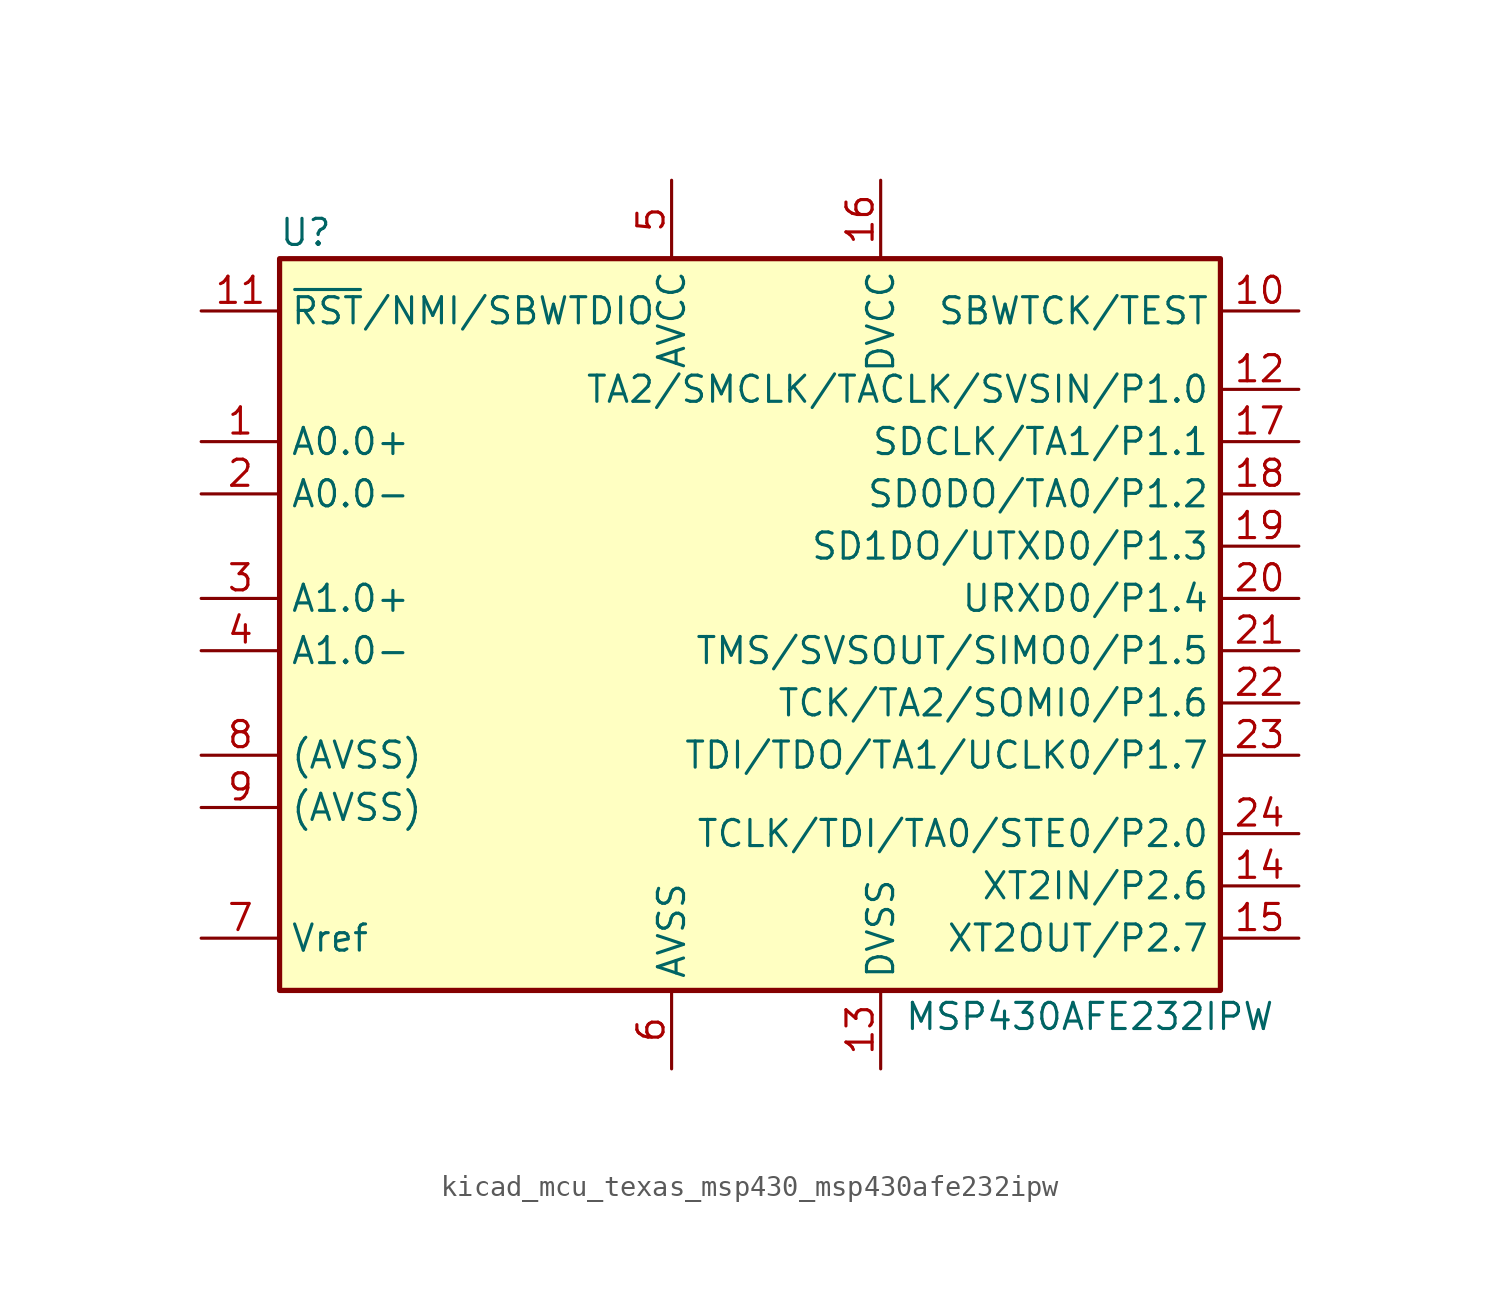
<source format=kicad_sym>
(kicad_symbol_lib
  (version 20220914)
  (generator kicad_symbol_editor)
  (symbol "kicad_mcu_texas_msp430_msp430afe232ipw"
    (property "Reference" "U"
      (at -22.86 19.05 0)
      (effects (font (size 1.27 1.27))))
    (property "Value" "MSP430AFE232IPW"
      (at 15.24 -19.05 0)
      (effects (font (size 1.27 1.27))))
    (symbol "kicad_mcu_texas_msp430_msp430afe232ipw_0_1"
      (rectangle (start -24.13 17.78) (end 21.59 -17.78) (stroke (width 0.254) (type default)) (fill (type background))))
    (symbol "kicad_mcu_texas_msp430_msp430afe232ipw_1_1"
      (pin passive line (at -27.94 8.89 0) (length 3.81) (name "A0.0+" (effects (font (size 1.27 1.27)))) (number "1" (effects (font (size 1.27 1.27)))))
      (pin input line (at 25.4 15.24 180) (length 3.81) (name "SBWTCK/TEST" (effects (font (size 1.27 1.27)))) (number "10" (effects (font (size 1.27 1.27)))))
      (pin input line (at -27.94 15.24 0) (length 3.81) (name "~{RST}/NMI/SBWTDIO" (effects (font (size 1.27 1.27)))) (number "11" (effects (font (size 1.27 1.27)))))
      (pin bidirectional line (at 25.4 11.43 180) (length 3.81) (name "TA2/SMCLK/TACLK/SVSIN/P1.0" (effects (font (size 1.27 1.27)))) (number "12" (effects (font (size 1.27 1.27)))))
      (pin power_in line (at 5.08 -21.59 90) (length 3.81) (name "DVSS" (effects (font (size 1.27 1.27)))) (number "13" (effects (font (size 1.27 1.27)))))
      (pin bidirectional line (at 25.4 -12.7 180) (length 3.81) (name "XT2IN/P2.6" (effects (font (size 1.27 1.27)))) (number "14" (effects (font (size 1.27 1.27)))))
      (pin bidirectional line (at 25.4 -15.24 180) (length 3.81) (name "XT2OUT/P2.7" (effects (font (size 1.27 1.27)))) (number "15" (effects (font (size 1.27 1.27)))))
      (pin power_in line (at 5.08 21.59 270) (length 3.81) (name "DVCC" (effects (font (size 1.27 1.27)))) (number "16" (effects (font (size 1.27 1.27)))))
      (pin bidirectional line (at 25.4 8.89 180) (length 3.81) (name "SDCLK/TA1/P1.1" (effects (font (size 1.27 1.27)))) (number "17" (effects (font (size 1.27 1.27)))))
      (pin bidirectional line (at 25.4 6.35 180) (length 3.81) (name "SD0DO/TA0/P1.2" (effects (font (size 1.27 1.27)))) (number "18" (effects (font (size 1.27 1.27)))))
      (pin bidirectional line (at 25.4 3.81 180) (length 3.81) (name "SD1DO/UTXD0/P1.3" (effects (font (size 1.27 1.27)))) (number "19" (effects (font (size 1.27 1.27)))))
      (pin passive line (at -27.94 6.35 0) (length 3.81) (name "A0.0-" (effects (font (size 1.27 1.27)))) (number "2" (effects (font (size 1.27 1.27)))))
      (pin bidirectional line (at 25.4 1.27 180) (length 3.81) (name "URXD0/P1.4" (effects (font (size 1.27 1.27)))) (number "20" (effects (font (size 1.27 1.27)))))
      (pin bidirectional line (at 25.4 -1.27 180) (length 3.81) (name "TMS/SVSOUT/SIMO0/P1.5" (effects (font (size 1.27 1.27)))) (number "21" (effects (font (size 1.27 1.27)))))
      (pin bidirectional line (at 25.4 -3.81 180) (length 3.81) (name "TCK/TA2/SOMI0/P1.6" (effects (font (size 1.27 1.27)))) (number "22" (effects (font (size 1.27 1.27)))))
      (pin bidirectional line (at 25.4 -6.35 180) (length 3.81) (name "TDI/TDO/TA1/UCLK0/P1.7" (effects (font (size 1.27 1.27)))) (number "23" (effects (font (size 1.27 1.27)))))
      (pin bidirectional line (at 25.4 -10.16 180) (length 3.81) (name "TCLK/TDI/TA0/STE0/P2.0" (effects (font (size 1.27 1.27)))) (number "24" (effects (font (size 1.27 1.27)))))
      (pin passive line (at -27.94 1.27 0) (length 3.81) (name "A1.0+" (effects (font (size 1.27 1.27)))) (number "3" (effects (font (size 1.27 1.27)))))
      (pin passive line (at -27.94 -1.27 0) (length 3.81) (name "A1.0-" (effects (font (size 1.27 1.27)))) (number "4" (effects (font (size 1.27 1.27)))))
      (pin power_in line (at -5.08 21.59 270) (length 3.81) (name "AVCC" (effects (font (size 1.27 1.27)))) (number "5" (effects (font (size 1.27 1.27)))))
      (pin power_in line (at -5.08 -21.59 90) (length 3.81) (name "AVSS" (effects (font (size 1.27 1.27)))) (number "6" (effects (font (size 1.27 1.27)))))
      (pin passive line (at -27.94 -15.24 0) (length 3.81) (name "Vref" (effects (font (size 1.27 1.27)))) (number "7" (effects (font (size 1.27 1.27)))))
      (pin passive line (at -27.94 -6.35 0) (length 3.81) (name "(AVSS)" (effects (font (size 1.27 1.27)))) (number "8" (effects (font (size 1.27 1.27)))))
      (pin passive line (at -27.94 -8.89 0) (length 3.81) (name "(AVSS)" (effects (font (size 1.27 1.27)))) (number "9" (effects (font (size 1.27 1.27))))))))
</source>
